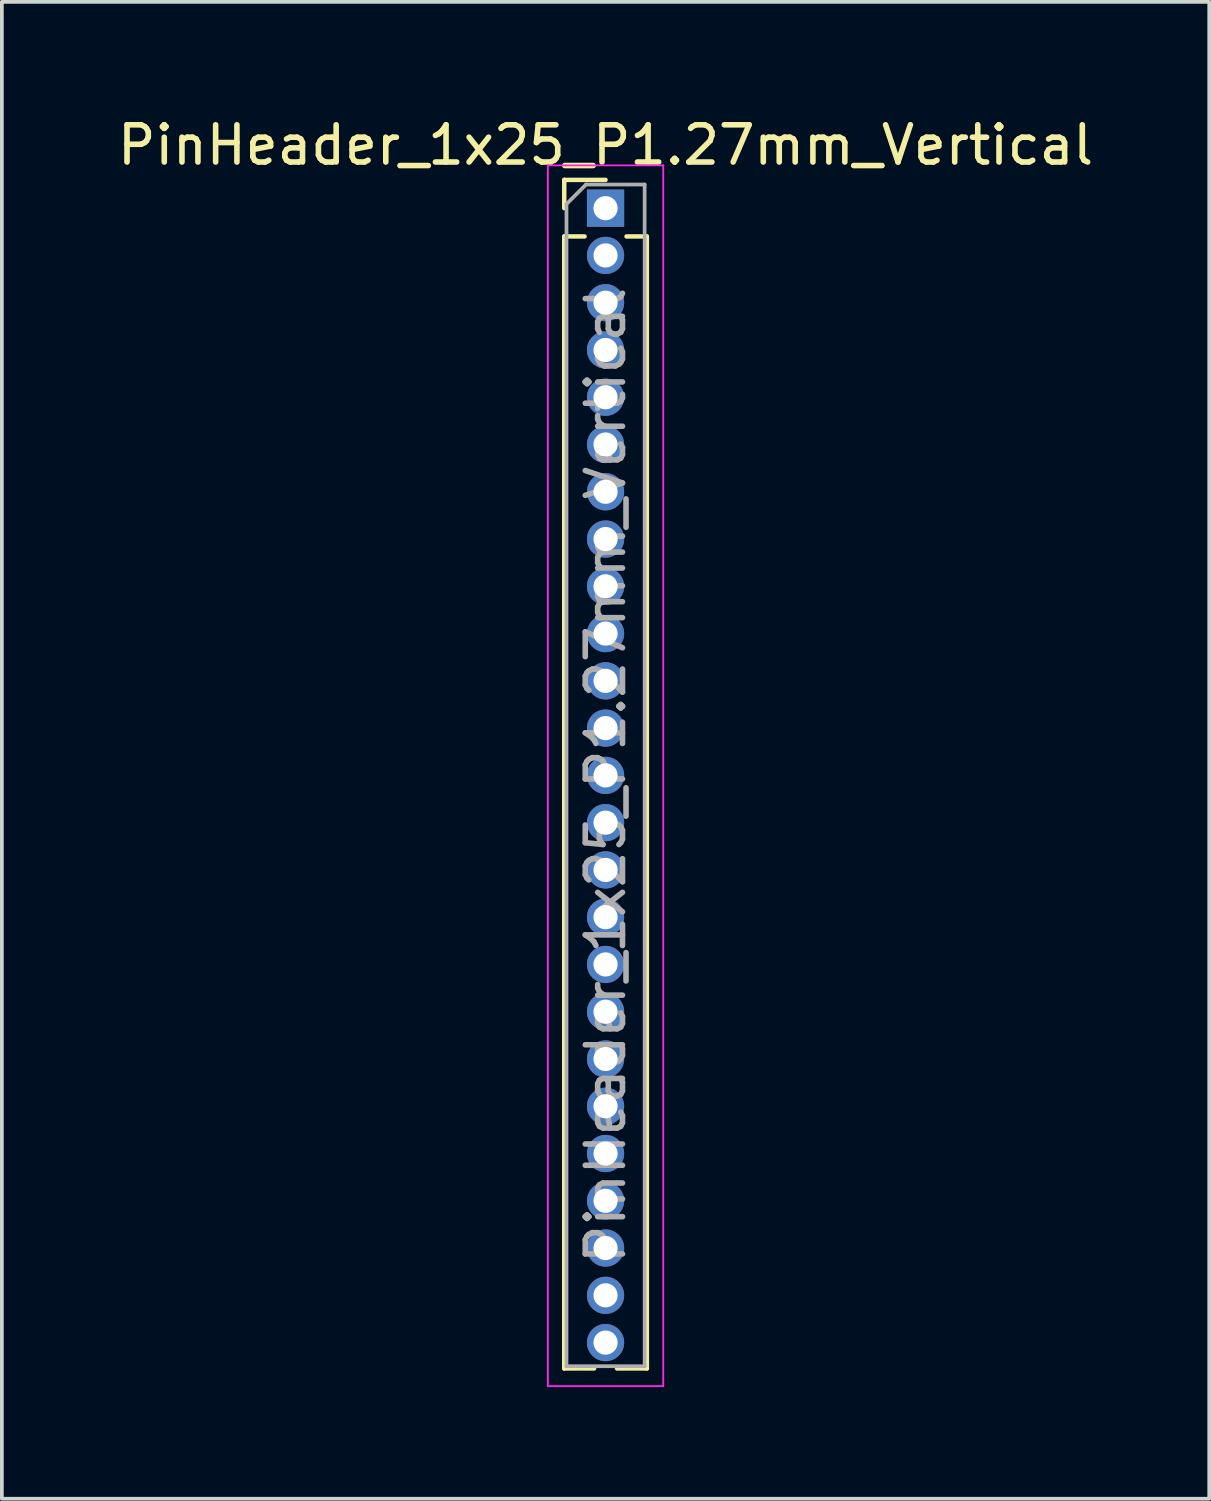
<source format=kicad_pcb>
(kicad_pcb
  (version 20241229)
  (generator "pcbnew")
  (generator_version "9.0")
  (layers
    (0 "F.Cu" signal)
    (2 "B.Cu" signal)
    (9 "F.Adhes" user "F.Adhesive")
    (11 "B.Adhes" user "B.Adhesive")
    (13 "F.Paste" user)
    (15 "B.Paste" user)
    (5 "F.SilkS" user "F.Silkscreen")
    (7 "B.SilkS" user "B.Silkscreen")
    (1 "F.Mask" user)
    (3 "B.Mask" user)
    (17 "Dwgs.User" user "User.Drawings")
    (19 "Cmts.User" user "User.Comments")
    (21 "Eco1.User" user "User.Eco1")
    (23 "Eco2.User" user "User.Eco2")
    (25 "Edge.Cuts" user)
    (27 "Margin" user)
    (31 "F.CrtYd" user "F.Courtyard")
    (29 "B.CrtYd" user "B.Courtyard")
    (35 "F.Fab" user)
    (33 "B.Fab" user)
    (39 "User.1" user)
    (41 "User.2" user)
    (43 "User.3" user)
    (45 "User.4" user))
  (footprint "PinHeader_1x25_P1.27mm_Vertical"
    (layer "F.Cu")
    (at 13.22 2.543)
    (property "Reference" "PinHeader_1x25_P1.27mm_Vertical" (at 0 -1.695 0) (layer "F.SilkS") (effects (font (size 1 1) (thickness 0.15))))
    (attr through_hole)
    (fp_line (start -1.11 -0.76) (end 0 -0.76) (stroke (width 0.12) (type solid)) (layer "F.SilkS"))
    (fp_line (start -1.11 0) (end -1.11 -0.76) (stroke (width 0.12) (type solid)) (layer "F.SilkS"))
    (fp_line (start -1.11 0.76) (end -1.11 31.175) (stroke (width 0.12) (type solid)) (layer "F.SilkS"))
    (fp_line (start -1.11 0.76) (end -0.563 0.76) (stroke (width 0.12) (type solid)) (layer "F.SilkS"))
    (fp_line (start -1.11 31.175) (end -0.308 31.175) (stroke (width 0.12) (type solid)) (layer "F.SilkS"))
    (fp_line (start 0.308 31.175) (end 1.11 31.175) (stroke (width 0.12) (type solid)) (layer "F.SilkS"))
    (fp_line (start 0.563 0.76) (end 1.11 0.76) (stroke (width 0.12) (type solid)) (layer "F.SilkS"))
    (fp_line (start 1.11 0.76) (end 1.11 31.175) (stroke (width 0.12) (type solid)) (layer "F.SilkS"))
    (fp_line (start -1.55 -1.15) (end -1.55 31.65) (stroke (width 0.05) (type solid)) (layer "F.CrtYd"))
    (fp_line (start -1.55 31.65) (end 1.55 31.65) (stroke (width 0.05) (type solid)) (layer "F.CrtYd"))
    (fp_line (start 1.55 -1.15) (end -1.55 -1.15) (stroke (width 0.05) (type solid)) (layer "F.CrtYd"))
    (fp_line (start 1.55 31.65) (end 1.55 -1.15) (stroke (width 0.05) (type solid)) (layer "F.CrtYd"))
    (fp_line (start -1.05 -0.11) (end -0.525 -0.635) (stroke (width 0.1) (type solid)) (layer "F.Fab"))
    (fp_line (start -1.05 31.115) (end -1.05 -0.11) (stroke (width 0.1) (type solid)) (layer "F.Fab"))
    (fp_line (start -0.525 -0.635) (end 1.05 -0.635) (stroke (width 0.1) (type solid)) (layer "F.Fab"))
    (fp_line (start 1.05 -0.635) (end 1.05 31.115) (stroke (width 0.1) (type solid)) (layer "F.Fab"))
    (fp_line (start 1.05 31.115) (end -1.05 31.115) (stroke (width 0.1) (type solid)) (layer "F.Fab"))
    (fp_text user "${REFERENCE}" (at 0 15.24 90) (layer "F.Fab") (effects (font (size 1 1) (thickness 0.15))))
    (pad "1" thru_hole rect (at 0 0) (size 1 1) (drill 0.65) (layers "*.Cu" "*.Mask"))
    (pad "2" thru_hole oval (at 0 1.27) (size 1 1) (drill 0.65) (layers "*.Cu" "*.Mask"))
    (pad "3" thru_hole oval (at 0 2.54) (size 1 1) (drill 0.65) (layers "*.Cu" "*.Mask"))
    (pad "4" thru_hole oval (at 0 3.81) (size 1 1) (drill 0.65) (layers "*.Cu" "*.Mask"))
    (pad "5" thru_hole oval (at 0 5.08) (size 1 1) (drill 0.65) (layers "*.Cu" "*.Mask"))
    (pad "6" thru_hole oval (at 0 6.35) (size 1 1) (drill 0.65) (layers "*.Cu" "*.Mask"))
    (pad "7" thru_hole oval (at 0 7.62) (size 1 1) (drill 0.65) (layers "*.Cu" "*.Mask"))
    (pad "8" thru_hole oval (at 0 8.89) (size 1 1) (drill 0.65) (layers "*.Cu" "*.Mask"))
    (pad "9" thru_hole oval (at 0 10.16) (size 1 1) (drill 0.65) (layers "*.Cu" "*.Mask"))
    (pad "10" thru_hole oval (at 0 11.43) (size 1 1) (drill 0.65) (layers "*.Cu" "*.Mask"))
    (pad "11" thru_hole oval (at 0 12.7) (size 1 1) (drill 0.65) (layers "*.Cu" "*.Mask"))
    (pad "12" thru_hole oval (at 0 13.97) (size 1 1) (drill 0.65) (layers "*.Cu" "*.Mask"))
    (pad "13" thru_hole oval (at 0 15.24) (size 1 1) (drill 0.65) (layers "*.Cu" "*.Mask"))
    (pad "14" thru_hole oval (at 0 16.51) (size 1 1) (drill 0.65) (layers "*.Cu" "*.Mask"))
    (pad "15" thru_hole oval (at 0 17.78) (size 1 1) (drill 0.65) (layers "*.Cu" "*.Mask"))
    (pad "16" thru_hole oval (at 0 19.05) (size 1 1) (drill 0.65) (layers "*.Cu" "*.Mask"))
    (pad "17" thru_hole oval (at 0 20.32) (size 1 1) (drill 0.65) (layers "*.Cu" "*.Mask"))
    (pad "18" thru_hole oval (at 0 21.59) (size 1 1) (drill 0.65) (layers "*.Cu" "*.Mask"))
    (pad "19" thru_hole oval (at 0 22.86) (size 1 1) (drill 0.65) (layers "*.Cu" "*.Mask"))
    (pad "20" thru_hole oval (at 0 24.13) (size 1 1) (drill 0.65) (layers "*.Cu" "*.Mask"))
    (pad "21" thru_hole oval (at 0 25.4) (size 1 1) (drill 0.65) (layers "*.Cu" "*.Mask"))
    (pad "22" thru_hole oval (at 0 26.67) (size 1 1) (drill 0.65) (layers "*.Cu" "*.Mask"))
    (pad "23" thru_hole oval (at 0 27.94) (size 1 1) (drill 0.65) (layers "*.Cu" "*.Mask"))
    (pad "24" thru_hole oval (at 0 29.21) (size 1 1) (drill 0.65) (layers "*.Cu" "*.Mask"))
    (pad "25" thru_hole oval (at 0 30.48) (size 1 1) (drill 0.65) (layers "*.Cu" "*.Mask")))
  (gr_rect
    (start -3 -3)
    (end 29.44 37.218)
    (stroke (width 0.1) (type default))
    (fill no)
    (layer "Edge.Cuts")))
</source>
